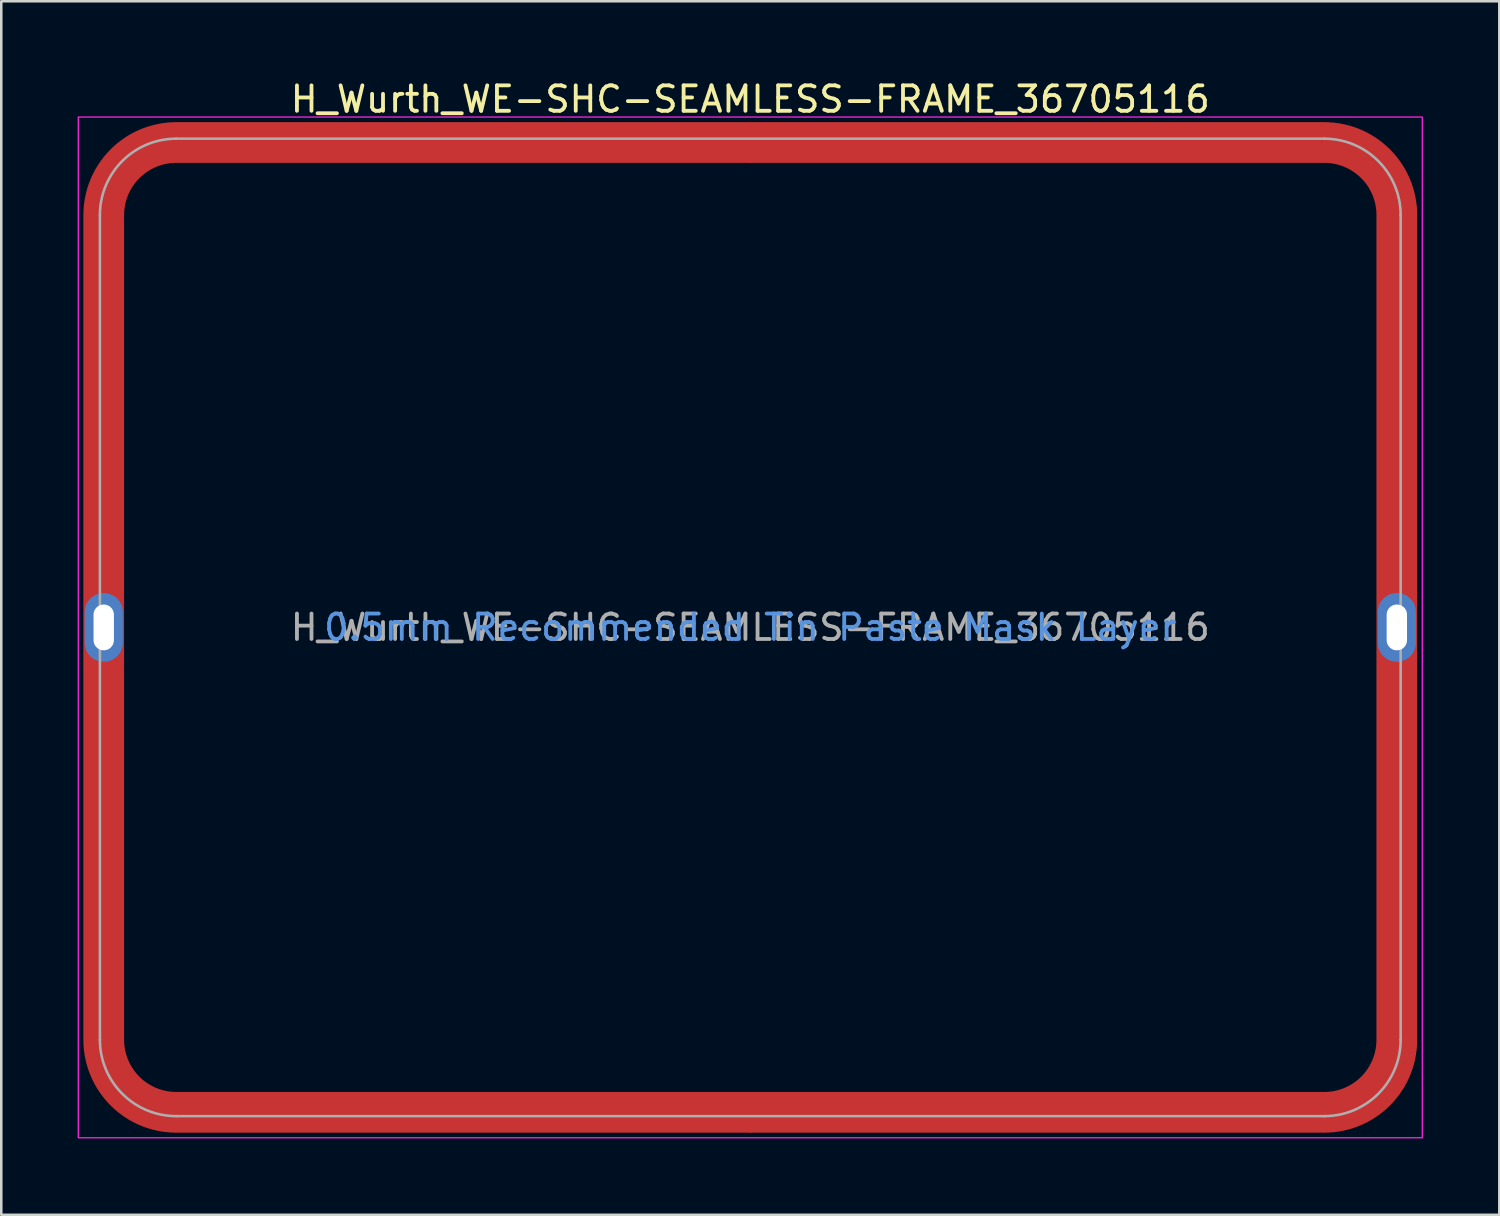
<source format=kicad_pcb>
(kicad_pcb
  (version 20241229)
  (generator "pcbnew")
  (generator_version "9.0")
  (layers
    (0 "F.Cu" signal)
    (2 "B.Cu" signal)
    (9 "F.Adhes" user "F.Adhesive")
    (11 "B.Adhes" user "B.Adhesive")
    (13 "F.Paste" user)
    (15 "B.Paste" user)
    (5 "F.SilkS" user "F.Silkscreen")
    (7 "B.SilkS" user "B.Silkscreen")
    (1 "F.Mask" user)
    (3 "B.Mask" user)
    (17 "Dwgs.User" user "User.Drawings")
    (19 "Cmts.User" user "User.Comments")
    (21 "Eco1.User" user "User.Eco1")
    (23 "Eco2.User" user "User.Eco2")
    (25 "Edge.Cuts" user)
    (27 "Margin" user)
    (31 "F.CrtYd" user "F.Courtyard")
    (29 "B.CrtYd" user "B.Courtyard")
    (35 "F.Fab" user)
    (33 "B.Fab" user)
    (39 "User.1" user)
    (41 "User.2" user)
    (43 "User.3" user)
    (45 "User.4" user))
  (footprint "H_Wurth_WE-SHC-SEAMLESS-FRAME_36705116"
    (layer "F.Cu")
    (at 26.425 21.598)
    (property "Reference" "H_Wurth_WE-SHC-SEAMLESS-FRAME_36705116" (at 0 -20.75 0) (unlocked yes) (layer "F.SilkS") (effects (font (size 1 1) (thickness 0.15))))
    (attr smd)
    (fp_poly (pts (xy -0.004 -18.3) (xy -0.004 -19.8) (xy 22.55 -19.8) (xy 22.738 -19.795) (xy 22.926 -19.78) (xy 23.113 -19.756) (xy 23.298 -19.721) (xy 23.482 -19.677) (xy 23.662 -19.624) (xy 23.84 -19.561) (xy 24.014 -19.489) (xy 24.184 -19.408) (xy 24.35 -19.318) (xy 24.511 -19.219) (xy 24.666 -19.112) (xy 24.816 -18.998) (xy 24.959 -18.875) (xy 25.096 -18.746) (xy 25.225 -18.609) (xy 25.348 -18.466) (xy 25.462 -18.316) (xy 25.569 -18.161) (xy 25.668 -18) (xy 25.758 -17.834) (xy 25.839 -17.664) (xy 25.911 -17.49) (xy 25.974 -17.312) (xy 26.027 -17.132) (xy 26.071 -16.948) (xy 26.106 -16.763) (xy 26.13 -16.576) (xy 26.145 -16.388) (xy 26.15 -16.2) (xy 26.15 16.2) (xy 26.145 16.388) (xy 26.13 16.576) (xy 26.106 16.763) (xy 26.071 16.948) (xy 26.027 17.132) (xy 25.974 17.312) (xy 25.911 17.49) (xy 25.839 17.664) (xy 25.758 17.834) (xy 25.668 18) (xy 25.569 18.161) (xy 25.462 18.316) (xy 25.348 18.466) (xy 25.225 18.609) (xy 25.096 18.746) (xy 24.959 18.875) (xy 24.816 18.998) (xy 24.666 19.112) (xy 24.511 19.219) (xy 24.35 19.318) (xy 24.184 19.408) (xy 24.014 19.489) (xy 23.84 19.561) (xy 23.662 19.624) (xy 23.482 19.677) (xy 23.298 19.721) (xy 23.113 19.756) (xy 22.926 19.78) (xy 22.738 19.795) (xy 22.55 19.8) (xy -0.004 19.8) (xy -0.004 18.3) (xy 22.55 18.3) (xy 22.66 18.297) (xy 22.77 18.288) (xy 22.879 18.274) (xy 22.987 18.254) (xy 23.094 18.228) (xy 23.199 18.197) (xy 23.303 18.161) (xy 23.404 18.118) (xy 23.503 18.071) (xy 23.6 18.019) (xy 23.694 17.961) (xy 23.784 17.899) (xy 23.872 17.832) (xy 23.955 17.761) (xy 24.035 17.685) (xy 24.111 17.605) (xy 24.182 17.522) (xy 24.249 17.434) (xy 24.311 17.344) (xy 24.369 17.25) (xy 24.421 17.153) (xy 24.468 17.054) (xy 24.511 16.953) (xy 24.547 16.849) (xy 24.578 16.744) (xy 24.604 16.637) (xy 24.624 16.529) (xy 24.638 16.42) (xy 24.647 16.31) (xy 24.65 16.2) (xy 24.65 -16.2) (xy 24.647 -16.31) (xy 24.638 -16.42) (xy 24.624 -16.529) (xy 24.604 -16.637) (xy 24.578 -16.744) (xy 24.547 -16.849) (xy 24.511 -16.953) (xy 24.468 -17.054) (xy 24.421 -17.153) (xy 24.369 -17.25) (xy 24.311 -17.344) (xy 24.249 -17.434) (xy 24.182 -17.522) (xy 24.111 -17.605) (xy 24.035 -17.685) (xy 23.955 -17.761) (xy 23.872 -17.832) (xy 23.784 -17.899) (xy 23.694 -17.961) (xy 23.6 -18.019) (xy 23.503 -18.071) (xy 23.404 -18.118) (xy 23.303 -18.161) (xy 23.199 -18.197) (xy 23.094 -18.228) (xy 22.987 -18.254) (xy 22.879 -18.274) (xy 22.77 -18.288) (xy 22.66 -18.297) (xy 22.55 -18.3) (xy 0.25 -18.3)) (stroke (width 0.1) (type solid)) (fill yes) (layer "F.Cu"))
    (fp_poly (pts (xy 0.004 18.3) (xy 0.004 19.8) (xy -22.55 19.8) (xy -22.738 19.795) (xy -22.926 19.78) (xy -23.113 19.756) (xy -23.298 19.721) (xy -23.482 19.677) (xy -23.662 19.624) (xy -23.84 19.561) (xy -24.014 19.489) (xy -24.184 19.408) (xy -24.35 19.318) (xy -24.511 19.219) (xy -24.666 19.112) (xy -24.816 18.998) (xy -24.959 18.875) (xy -25.096 18.746) (xy -25.225 18.609) (xy -25.348 18.466) (xy -25.462 18.316) (xy -25.569 18.161) (xy -25.668 18) (xy -25.758 17.834) (xy -25.839 17.664) (xy -25.911 17.49) (xy -25.974 17.312) (xy -26.027 17.132) (xy -26.071 16.948) (xy -26.106 16.763) (xy -26.13 16.576) (xy -26.145 16.388) (xy -26.15 16.2) (xy -26.15 -16.2) (xy -26.145 -16.388) (xy -26.13 -16.576) (xy -26.106 -16.763) (xy -26.071 -16.948) (xy -26.027 -17.132) (xy -25.974 -17.312) (xy -25.911 -17.49) (xy -25.839 -17.664) (xy -25.758 -17.834) (xy -25.668 -18) (xy -25.569 -18.161) (xy -25.462 -18.316) (xy -25.348 -18.466) (xy -25.225 -18.609) (xy -25.096 -18.746) (xy -24.959 -18.875) (xy -24.816 -18.998) (xy -24.666 -19.112) (xy -24.511 -19.219) (xy -24.35 -19.318) (xy -24.184 -19.408) (xy -24.014 -19.489) (xy -23.84 -19.561) (xy -23.662 -19.624) (xy -23.482 -19.677) (xy -23.298 -19.721) (xy -23.113 -19.756) (xy -22.926 -19.78) (xy -22.738 -19.795) (xy -22.55 -19.8) (xy 0.004 -19.8) (xy 0.004 -18.3) (xy -22.55 -18.3) (xy -22.66 -18.297) (xy -22.77 -18.288) (xy -22.879 -18.274) (xy -22.987 -18.254) (xy -23.094 -18.228) (xy -23.199 -18.197) (xy -23.303 -18.161) (xy -23.404 -18.118) (xy -23.503 -18.071) (xy -23.6 -18.019) (xy -23.694 -17.961) (xy -23.784 -17.899) (xy -23.872 -17.832) (xy -23.955 -17.761) (xy -24.035 -17.685) (xy -24.111 -17.605) (xy -24.182 -17.522) (xy -24.249 -17.434) (xy -24.311 -17.344) (xy -24.369 -17.25) (xy -24.421 -17.153) (xy -24.468 -17.054) (xy -24.511 -16.953) (xy -24.547 -16.849) (xy -24.578 -16.744) (xy -24.604 -16.637) (xy -24.624 -16.529) (xy -24.638 -16.42) (xy -24.647 -16.31) (xy -24.65 -16.2) (xy -24.65 16.2) (xy -24.647 16.31) (xy -24.638 16.42) (xy -24.624 16.529) (xy -24.604 16.637) (xy -24.578 16.744) (xy -24.547 16.849) (xy -24.511 16.953) (xy -24.468 17.054) (xy -24.421 17.153) (xy -24.369 17.25) (xy -24.311 17.344) (xy -24.249 17.434) (xy -24.182 17.522) (xy -24.111 17.605) (xy -24.035 17.685) (xy -23.955 17.761) (xy -23.872 17.832) (xy -23.784 17.899) (xy -23.694 17.961) (xy -23.6 18.019) (xy -23.503 18.071) (xy -23.404 18.118) (xy -23.303 18.161) (xy -23.199 18.197) (xy -23.094 18.228) (xy -22.987 18.254) (xy -22.879 18.274) (xy -22.77 18.288) (xy -22.66 18.297) (xy -22.55 18.3) (xy -0.25 18.3)) (stroke (width 0.1) (type solid)) (fill yes) (layer "F.Cu"))
    (fp_poly (pts (xy -0.004 -18.3) (xy -0.004 -19.8) (xy 22.55 -19.8) (xy 22.738 -19.795) (xy 22.926 -19.78) (xy 23.113 -19.756) (xy 23.298 -19.721) (xy 23.482 -19.677) (xy 23.662 -19.624) (xy 23.84 -19.561) (xy 24.014 -19.489) (xy 24.184 -19.408) (xy 24.35 -19.318) (xy 24.511 -19.219) (xy 24.666 -19.112) (xy 24.816 -18.998) (xy 24.959 -18.875) (xy 25.096 -18.746) (xy 25.225 -18.609) (xy 25.348 -18.466) (xy 25.462 -18.316) (xy 25.569 -18.161) (xy 25.668 -18) (xy 25.758 -17.834) (xy 25.839 -17.664) (xy 25.911 -17.49) (xy 25.974 -17.312) (xy 26.027 -17.132) (xy 26.071 -16.948) (xy 26.106 -16.763) (xy 26.13 -16.576) (xy 26.145 -16.388) (xy 26.15 -16.2) (xy 26.15 16.2) (xy 26.145 16.388) (xy 26.13 16.576) (xy 26.106 16.763) (xy 26.071 16.948) (xy 26.027 17.132) (xy 25.974 17.312) (xy 25.911 17.49) (xy 25.839 17.664) (xy 25.758 17.834) (xy 25.668 18) (xy 25.569 18.161) (xy 25.462 18.316) (xy 25.348 18.466) (xy 25.225 18.609) (xy 25.096 18.746) (xy 24.959 18.875) (xy 24.816 18.998) (xy 24.666 19.112) (xy 24.511 19.219) (xy 24.35 19.318) (xy 24.184 19.408) (xy 24.014 19.489) (xy 23.84 19.561) (xy 23.662 19.624) (xy 23.482 19.677) (xy 23.298 19.721) (xy 23.113 19.756) (xy 22.926 19.78) (xy 22.738 19.795) (xy 22.55 19.8) (xy -0.004 19.8) (xy -0.004 18.3) (xy 22.55 18.3) (xy 22.66 18.297) (xy 22.77 18.288) (xy 22.879 18.274) (xy 22.987 18.254) (xy 23.094 18.228) (xy 23.199 18.197) (xy 23.303 18.161) (xy 23.404 18.118) (xy 23.503 18.071) (xy 23.6 18.019) (xy 23.694 17.961) (xy 23.784 17.899) (xy 23.872 17.832) (xy 23.955 17.761) (xy 24.035 17.685) (xy 24.111 17.605) (xy 24.182 17.522) (xy 24.249 17.434) (xy 24.311 17.344) (xy 24.369 17.25) (xy 24.421 17.153) (xy 24.468 17.054) (xy 24.511 16.953) (xy 24.547 16.849) (xy 24.578 16.744) (xy 24.604 16.637) (xy 24.624 16.529) (xy 24.638 16.42) (xy 24.647 16.31) (xy 24.65 16.2) (xy 24.65 -16.2) (xy 24.647 -16.31) (xy 24.638 -16.42) (xy 24.624 -16.529) (xy 24.604 -16.637) (xy 24.578 -16.744) (xy 24.547 -16.849) (xy 24.511 -16.953) (xy 24.468 -17.054) (xy 24.421 -17.153) (xy 24.369 -17.25) (xy 24.311 -17.344) (xy 24.249 -17.434) (xy 24.182 -17.522) (xy 24.111 -17.605) (xy 24.035 -17.685) (xy 23.955 -17.761) (xy 23.872 -17.832) (xy 23.784 -17.899) (xy 23.694 -17.961) (xy 23.6 -18.019) (xy 23.503 -18.071) (xy 23.404 -18.118) (xy 23.303 -18.161) (xy 23.199 -18.197) (xy 23.094 -18.228) (xy 22.987 -18.254) (xy 22.879 -18.274) (xy 22.77 -18.288) (xy 22.66 -18.297) (xy 22.55 -18.3) (xy 0.25 -18.3)) (stroke (width 0.1) (type solid)) (fill yes) (layer "F.Mask"))
    (fp_poly (pts (xy 0.004 18.3) (xy 0.004 19.8) (xy -22.55 19.8) (xy -22.738 19.795) (xy -22.926 19.78) (xy -23.113 19.756) (xy -23.298 19.721) (xy -23.482 19.677) (xy -23.662 19.624) (xy -23.84 19.561) (xy -24.014 19.489) (xy -24.184 19.408) (xy -24.35 19.318) (xy -24.511 19.219) (xy -24.666 19.112) (xy -24.816 18.998) (xy -24.959 18.875) (xy -25.096 18.746) (xy -25.225 18.609) (xy -25.348 18.466) (xy -25.462 18.316) (xy -25.569 18.161) (xy -25.668 18) (xy -25.758 17.834) (xy -25.839 17.664) (xy -25.911 17.49) (xy -25.974 17.312) (xy -26.027 17.132) (xy -26.071 16.948) (xy -26.106 16.763) (xy -26.13 16.576) (xy -26.145 16.388) (xy -26.15 16.2) (xy -26.15 -16.2) (xy -26.145 -16.388) (xy -26.13 -16.576) (xy -26.106 -16.763) (xy -26.071 -16.948) (xy -26.027 -17.132) (xy -25.974 -17.312) (xy -25.911 -17.49) (xy -25.839 -17.664) (xy -25.758 -17.834) (xy -25.668 -18) (xy -25.569 -18.161) (xy -25.462 -18.316) (xy -25.348 -18.466) (xy -25.225 -18.609) (xy -25.096 -18.746) (xy -24.959 -18.875) (xy -24.816 -18.998) (xy -24.666 -19.112) (xy -24.511 -19.219) (xy -24.35 -19.318) (xy -24.184 -19.408) (xy -24.014 -19.489) (xy -23.84 -19.561) (xy -23.662 -19.624) (xy -23.482 -19.677) (xy -23.298 -19.721) (xy -23.113 -19.756) (xy -22.926 -19.78) (xy -22.738 -19.795) (xy -22.55 -19.8) (xy 0.004 -19.8) (xy 0.004 -18.3) (xy -22.55 -18.3) (xy -22.66 -18.297) (xy -22.77 -18.288) (xy -22.879 -18.274) (xy -22.987 -18.254) (xy -23.094 -18.228) (xy -23.199 -18.197) (xy -23.303 -18.161) (xy -23.404 -18.118) (xy -23.503 -18.071) (xy -23.6 -18.019) (xy -23.694 -17.961) (xy -23.784 -17.899) (xy -23.872 -17.832) (xy -23.955 -17.761) (xy -24.035 -17.685) (xy -24.111 -17.605) (xy -24.182 -17.522) (xy -24.249 -17.434) (xy -24.311 -17.344) (xy -24.369 -17.25) (xy -24.421 -17.153) (xy -24.468 -17.054) (xy -24.511 -16.953) (xy -24.547 -16.849) (xy -24.578 -16.744) (xy -24.604 -16.637) (xy -24.624 -16.529) (xy -24.638 -16.42) (xy -24.647 -16.31) (xy -24.65 -16.2) (xy -24.65 16.2) (xy -24.647 16.31) (xy -24.638 16.42) (xy -24.624 16.529) (xy -24.604 16.637) (xy -24.578 16.744) (xy -24.547 16.849) (xy -24.511 16.953) (xy -24.468 17.054) (xy -24.421 17.153) (xy -24.369 17.25) (xy -24.311 17.344) (xy -24.249 17.434) (xy -24.182 17.522) (xy -24.111 17.605) (xy -24.035 17.685) (xy -23.955 17.761) (xy -23.872 17.832) (xy -23.784 17.899) (xy -23.694 17.961) (xy -23.6 18.019) (xy -23.503 18.071) (xy -23.404 18.118) (xy -23.303 18.161) (xy -23.199 18.197) (xy -23.094 18.228) (xy -22.987 18.254) (xy -22.879 18.274) (xy -22.77 18.288) (xy -22.66 18.297) (xy -22.55 18.3) (xy -0.25 18.3)) (stroke (width 0.1) (type solid)) (fill yes) (layer "F.Mask"))
    (fp_poly (pts (xy -0.004 -18.3) (xy -0.004 -19.8) (xy 22.55 -19.8) (xy 22.738 -19.795) (xy 22.926 -19.78) (xy 23.113 -19.756) (xy 23.298 -19.721) (xy 23.482 -19.677) (xy 23.662 -19.624) (xy 23.84 -19.561) (xy 24.014 -19.489) (xy 24.184 -19.408) (xy 24.35 -19.318) (xy 24.511 -19.219) (xy 24.666 -19.112) (xy 24.816 -18.998) (xy 24.959 -18.875) (xy 25.096 -18.746) (xy 25.225 -18.609) (xy 25.348 -18.466) (xy 25.462 -18.316) (xy 25.569 -18.161) (xy 25.668 -18) (xy 25.758 -17.834) (xy 25.839 -17.664) (xy 25.911 -17.49) (xy 25.974 -17.312) (xy 26.027 -17.132) (xy 26.071 -16.948) (xy 26.106 -16.763) (xy 26.13 -16.576) (xy 26.145 -16.388) (xy 26.15 -16.2) (xy 26.15 16.2) (xy 26.145 16.388) (xy 26.13 16.576) (xy 26.106 16.763) (xy 26.071 16.948) (xy 26.027 17.132) (xy 25.974 17.312) (xy 25.911 17.49) (xy 25.839 17.664) (xy 25.758 17.834) (xy 25.668 18) (xy 25.569 18.161) (xy 25.462 18.316) (xy 25.348 18.466) (xy 25.225 18.609) (xy 25.096 18.746) (xy 24.959 18.875) (xy 24.816 18.998) (xy 24.666 19.112) (xy 24.511 19.219) (xy 24.35 19.318) (xy 24.184 19.408) (xy 24.014 19.489) (xy 23.84 19.561) (xy 23.662 19.624) (xy 23.482 19.677) (xy 23.298 19.721) (xy 23.113 19.756) (xy 22.926 19.78) (xy 22.738 19.795) (xy 22.55 19.8) (xy -0.004 19.8) (xy -0.004 18.3) (xy 22.55 18.3) (xy 22.66 18.297) (xy 22.77 18.288) (xy 22.879 18.274) (xy 22.987 18.254) (xy 23.094 18.228) (xy 23.199 18.197) (xy 23.303 18.161) (xy 23.404 18.118) (xy 23.503 18.071) (xy 23.6 18.019) (xy 23.694 17.961) (xy 23.784 17.899) (xy 23.872 17.832) (xy 23.955 17.761) (xy 24.035 17.685) (xy 24.111 17.605) (xy 24.182 17.522) (xy 24.249 17.434) (xy 24.311 17.344) (xy 24.369 17.25) (xy 24.421 17.153) (xy 24.468 17.054) (xy 24.511 16.953) (xy 24.547 16.849) (xy 24.578 16.744) (xy 24.604 16.637) (xy 24.624 16.529) (xy 24.638 16.42) (xy 24.647 16.31) (xy 24.65 16.2) (xy 24.65 -16.2) (xy 24.647 -16.31) (xy 24.638 -16.42) (xy 24.624 -16.529) (xy 24.604 -16.637) (xy 24.578 -16.744) (xy 24.547 -16.849) (xy 24.511 -16.953) (xy 24.468 -17.054) (xy 24.421 -17.153) (xy 24.369 -17.25) (xy 24.311 -17.344) (xy 24.249 -17.434) (xy 24.182 -17.522) (xy 24.111 -17.605) (xy 24.035 -17.685) (xy 23.955 -17.761) (xy 23.872 -17.832) (xy 23.784 -17.899) (xy 23.694 -17.961) (xy 23.6 -18.019) (xy 23.503 -18.071) (xy 23.404 -18.118) (xy 23.303 -18.161) (xy 23.199 -18.197) (xy 23.094 -18.228) (xy 22.987 -18.254) (xy 22.879 -18.274) (xy 22.77 -18.288) (xy 22.66 -18.297) (xy 22.55 -18.3) (xy 0.25 -18.3)) (stroke (width 0.1) (type solid)) (fill yes) (layer "F.Paste"))
    (fp_poly (pts (xy 0.004 18.3) (xy 0.004 19.8) (xy -22.55 19.8) (xy -22.738 19.795) (xy -22.926 19.78) (xy -23.113 19.756) (xy -23.298 19.721) (xy -23.482 19.677) (xy -23.662 19.624) (xy -23.84 19.561) (xy -24.014 19.489) (xy -24.184 19.408) (xy -24.35 19.318) (xy -24.511 19.219) (xy -24.666 19.112) (xy -24.816 18.998) (xy -24.959 18.875) (xy -25.096 18.746) (xy -25.225 18.609) (xy -25.348 18.466) (xy -25.462 18.316) (xy -25.569 18.161) (xy -25.668 18) (xy -25.758 17.834) (xy -25.839 17.664) (xy -25.911 17.49) (xy -25.974 17.312) (xy -26.027 17.132) (xy -26.071 16.948) (xy -26.106 16.763) (xy -26.13 16.576) (xy -26.145 16.388) (xy -26.15 16.2) (xy -26.15 -16.2) (xy -26.145 -16.388) (xy -26.13 -16.576) (xy -26.106 -16.763) (xy -26.071 -16.948) (xy -26.027 -17.132) (xy -25.974 -17.312) (xy -25.911 -17.49) (xy -25.839 -17.664) (xy -25.758 -17.834) (xy -25.668 -18) (xy -25.569 -18.161) (xy -25.462 -18.316) (xy -25.348 -18.466) (xy -25.225 -18.609) (xy -25.096 -18.746) (xy -24.959 -18.875) (xy -24.816 -18.998) (xy -24.666 -19.112) (xy -24.511 -19.219) (xy -24.35 -19.318) (xy -24.184 -19.408) (xy -24.014 -19.489) (xy -23.84 -19.561) (xy -23.662 -19.624) (xy -23.482 -19.677) (xy -23.298 -19.721) (xy -23.113 -19.756) (xy -22.926 -19.78) (xy -22.738 -19.795) (xy -22.55 -19.8) (xy 0.004 -19.8) (xy 0.004 -18.3) (xy -22.55 -18.3) (xy -22.66 -18.297) (xy -22.77 -18.288) (xy -22.879 -18.274) (xy -22.987 -18.254) (xy -23.094 -18.228) (xy -23.199 -18.197) (xy -23.303 -18.161) (xy -23.404 -18.118) (xy -23.503 -18.071) (xy -23.6 -18.019) (xy -23.694 -17.961) (xy -23.784 -17.899) (xy -23.872 -17.832) (xy -23.955 -17.761) (xy -24.035 -17.685) (xy -24.111 -17.605) (xy -24.182 -17.522) (xy -24.249 -17.434) (xy -24.311 -17.344) (xy -24.369 -17.25) (xy -24.421 -17.153) (xy -24.468 -17.054) (xy -24.511 -16.953) (xy -24.547 -16.849) (xy -24.578 -16.744) (xy -24.604 -16.637) (xy -24.624 -16.529) (xy -24.638 -16.42) (xy -24.647 -16.31) (xy -24.65 -16.2) (xy -24.65 16.2) (xy -24.647 16.31) (xy -24.638 16.42) (xy -24.624 16.529) (xy -24.604 16.637) (xy -24.578 16.744) (xy -24.547 16.849) (xy -24.511 16.953) (xy -24.468 17.054) (xy -24.421 17.153) (xy -24.369 17.25) (xy -24.311 17.344) (xy -24.249 17.434) (xy -24.182 17.522) (xy -24.111 17.605) (xy -24.035 17.685) (xy -23.955 17.761) (xy -23.872 17.832) (xy -23.784 17.899) (xy -23.694 17.961) (xy -23.6 18.019) (xy -23.503 18.071) (xy -23.404 18.118) (xy -23.303 18.161) (xy -23.199 18.197) (xy -23.094 18.228) (xy -22.987 18.254) (xy -22.879 18.274) (xy -22.77 18.288) (xy -22.66 18.297) (xy -22.55 18.3) (xy -0.25 18.3)) (stroke (width 0.1) (type solid)) (fill yes) (layer "F.Paste"))
    (fp_rect (start -26.4 -20.05) (end 26.4 20.05) (stroke (width 0.05) (type solid)) (fill no) (layer "F.CrtYd"))
    (fp_line (start -25.55 16.2) (end -25.55 -16.2) (stroke (width 0.1) (type solid)) (layer "F.Fab"))
    (fp_line (start 22.55 -19.2) (end -22.55 -19.2) (stroke (width 0.1) (type solid)) (layer "F.Fab"))
    (fp_line (start 22.55 19.2) (end -22.55 19.2) (stroke (width 0.1) (type solid)) (layer "F.Fab"))
    (fp_line (start 25.55 16.2) (end 25.55 -16.2) (stroke (width 0.1) (type solid)) (layer "F.Fab"))
    (fp_arc (start -25.55 -16.2) (mid -24.671321 -18.321321) (end -22.55 -19.2) (stroke (width 0.1) (type solid)) (layer "F.Fab"))
    (fp_arc (start -22.55 19.2) (mid -24.671321 18.321321) (end -25.55 16.2) (stroke (width 0.1) (type solid)) (layer "F.Fab"))
    (fp_arc (start 22.55 -19.2) (mid 24.671321 -18.321321) (end 25.55 -16.2) (stroke (width 0.1) (type solid)) (layer "F.Fab"))
    (fp_arc (start 25.55 16.2) (mid 24.671321 18.321321) (end 22.55 19.2) (stroke (width 0.1) (type solid)) (layer "F.Fab"))
    (fp_text user "0.5mm Recommended Tin Paste Mask Layer" (at 0 0 0) (unlocked yes) (layer "Cmts.User") (effects (font (size 1 1) (thickness 0.15))))
    (fp_text user "${REFERENCE}" (at 0 0 0) (unlocked yes) (layer "F.Fab") (effects (font (size 1 1) (thickness 0.15))))
    (pad "1" thru_hole oval (at -25.4 0) (size 1.5 2.7) (drill oval 0.8 1.8) (layers "*.Cu" "*.Mask"))
    (pad "1" thru_hole oval (at 25.4 0) (size 1.5 2.7) (drill oval 0.8 1.8) (layers "*.Cu" "*.Mask")))
  (gr_rect
    (start -3 -3)
    (end 55.85 44.673)
    (stroke (width 0.1) (type default))
    (fill no)
    (layer "Edge.Cuts")))
</source>
